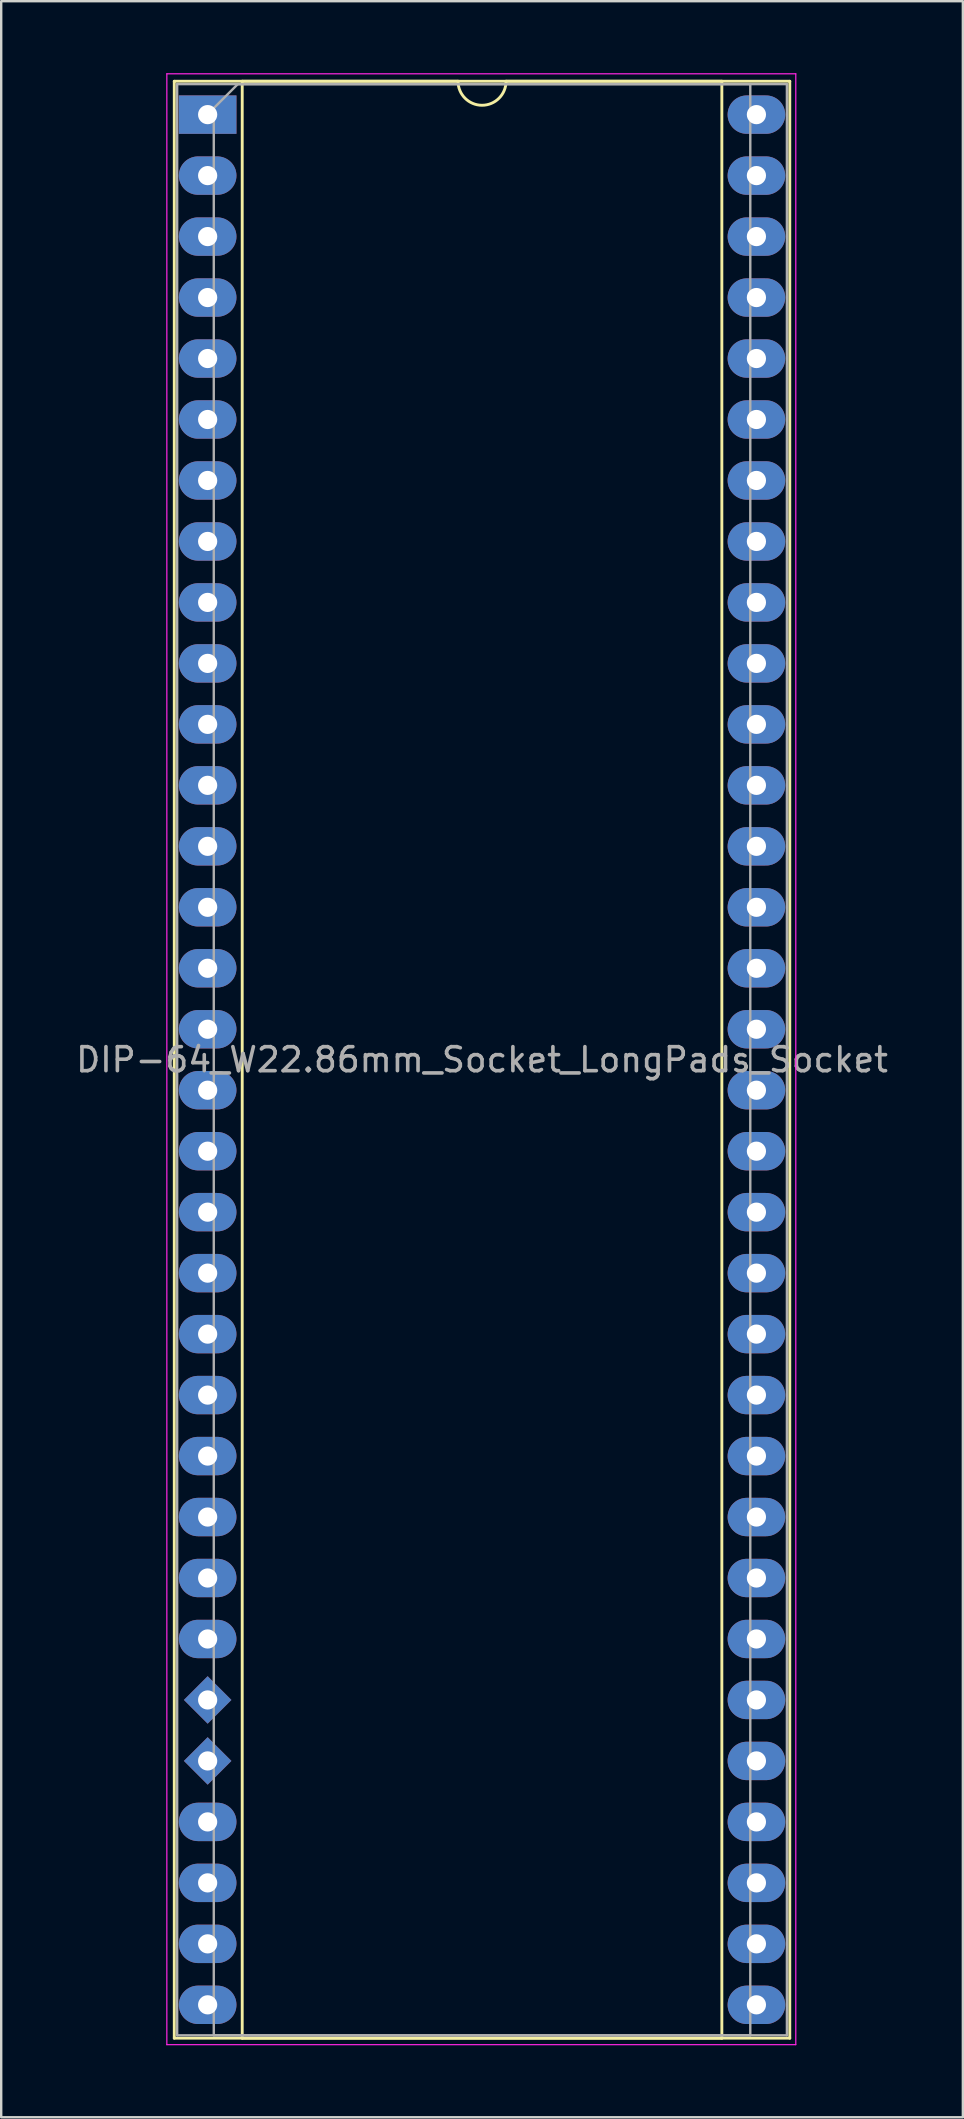
<source format=kicad_pcb>
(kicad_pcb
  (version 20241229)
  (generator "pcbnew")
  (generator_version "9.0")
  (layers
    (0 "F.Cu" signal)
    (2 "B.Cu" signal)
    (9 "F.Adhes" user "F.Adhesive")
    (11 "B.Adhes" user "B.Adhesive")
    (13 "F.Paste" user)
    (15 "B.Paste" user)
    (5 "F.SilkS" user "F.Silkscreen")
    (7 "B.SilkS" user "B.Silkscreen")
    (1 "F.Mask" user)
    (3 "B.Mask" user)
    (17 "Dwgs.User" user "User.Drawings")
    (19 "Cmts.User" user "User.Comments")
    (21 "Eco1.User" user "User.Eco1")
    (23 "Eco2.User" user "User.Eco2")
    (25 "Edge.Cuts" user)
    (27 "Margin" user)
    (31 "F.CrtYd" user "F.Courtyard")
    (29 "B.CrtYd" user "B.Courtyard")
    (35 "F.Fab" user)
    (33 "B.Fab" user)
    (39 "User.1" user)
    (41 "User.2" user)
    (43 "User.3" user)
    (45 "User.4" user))
  (footprint "DIP-64_W22.86mm_Socket_LongPads_Socket"
    (layer "F.Cu")
    (at 5.6 1.725)
    (property "Reference" "DIP-64_W22.86mm_Socket_LongPads_Socket" (at 11.43 39.37 0) (layer "F.Fab") (effects (font (size 1 1) (thickness 0.15))))
    (attr through_hole)
    (fp_line (start -1.39 -1.39) (end -1.39 80.13) (stroke (width 0.12) (type solid)) (layer "F.SilkS"))
    (fp_line (start -1.39 80.13) (end 24.25 80.13) (stroke (width 0.12) (type solid)) (layer "F.SilkS"))
    (fp_line (start 1.44 -1.39) (end 1.44 80.13) (stroke (width 0.12) (type solid)) (layer "F.SilkS"))
    (fp_line (start 1.44 80.13) (end 21.42 80.13) (stroke (width 0.12) (type solid)) (layer "F.SilkS"))
    (fp_line (start 10.43 -1.39) (end 1.44 -1.39) (stroke (width 0.12) (type solid)) (layer "F.SilkS"))
    (fp_line (start 21.42 -1.39) (end 12.43 -1.39) (stroke (width 0.12) (type solid)) (layer "F.SilkS"))
    (fp_line (start 21.42 80.13) (end 21.42 -1.39) (stroke (width 0.12) (type solid)) (layer "F.SilkS"))
    (fp_line (start 24.25 -1.39) (end -1.39 -1.39) (stroke (width 0.12) (type solid)) (layer "F.SilkS"))
    (fp_line (start 24.25 80.13) (end 24.25 -1.39) (stroke (width 0.12) (type solid)) (layer "F.SilkS"))
    (fp_arc (start 12.43 -1.39) (mid 11.43 -0.39) (end 10.43 -1.39) (stroke (width 0.12) (type solid)) (layer "F.SilkS"))
    (fp_line (start -1.7 -1.7) (end -1.7 80.4) (stroke (width 0.05) (type solid)) (layer "F.CrtYd"))
    (fp_line (start -1.7 80.4) (end 24.5 80.4) (stroke (width 0.05) (type solid)) (layer "F.CrtYd"))
    (fp_line (start 24.5 -1.7) (end -1.7 -1.7) (stroke (width 0.05) (type solid)) (layer "F.CrtYd"))
    (fp_line (start 24.5 80.4) (end 24.5 -1.7) (stroke (width 0.05) (type solid)) (layer "F.CrtYd"))
    (fp_line (start -1.27 -1.27) (end -1.27 80.01) (stroke (width 0.1) (type solid)) (layer "F.Fab"))
    (fp_line (start -1.27 80.01) (end 24.13 80.01) (stroke (width 0.1) (type solid)) (layer "F.Fab"))
    (fp_line (start 0.255 -0.27) (end 1.255 -1.27) (stroke (width 0.1) (type solid)) (layer "F.Fab"))
    (fp_line (start 0.255 80.01) (end 0.255 -0.27) (stroke (width 0.1) (type solid)) (layer "F.Fab"))
    (fp_line (start 1.255 -1.27) (end 22.605 -1.27) (stroke (width 0.1) (type solid)) (layer "F.Fab"))
    (fp_line (start 22.605 -1.27) (end 22.605 80.01) (stroke (width 0.1) (type solid)) (layer "F.Fab"))
    (fp_line (start 22.605 80.01) (end 0.255 80.01) (stroke (width 0.1) (type solid)) (layer "F.Fab"))
    (fp_line (start 24.13 -1.27) (end -1.27 -1.27) (stroke (width 0.1) (type solid)) (layer "F.Fab"))
    (fp_line (start 24.13 80.01) (end 24.13 -1.27) (stroke (width 0.1) (type solid)) (layer "F.Fab"))
    (pad "1" thru_hole rect (at 0 0) (size 2.4 1.6) (drill 0.8) (layers "*.Cu" "*.Mask"))
    (pad "2" thru_hole oval (at 0 2.54) (size 2.4 1.6) (drill 0.8) (layers "*.Cu" "*.Mask"))
    (pad "3" thru_hole oval (at 0 5.08) (size 2.4 1.6) (drill 0.8) (layers "*.Cu" "*.Mask"))
    (pad "4" thru_hole oval (at 0 7.62) (size 2.4 1.6) (drill 0.8) (layers "*.Cu" "*.Mask"))
    (pad "5" thru_hole oval (at 0 10.16) (size 2.4 1.6) (drill 0.8) (layers "*.Cu" "*.Mask"))
    (pad "6" thru_hole oval (at 0 12.7) (size 2.4 1.6) (drill 0.8) (layers "*.Cu" "*.Mask"))
    (pad "7" thru_hole oval (at 0 15.24) (size 2.4 1.6) (drill 0.8) (layers "*.Cu" "*.Mask"))
    (pad "8" thru_hole oval (at 0 17.78) (size 2.4 1.6) (drill 0.8) (layers "*.Cu" "*.Mask"))
    (pad "9" thru_hole oval (at 0 20.32) (size 2.4 1.6) (drill 0.8) (layers "*.Cu" "*.Mask"))
    (pad "10" thru_hole oval (at 0 22.86) (size 2.4 1.6) (drill 0.8) (layers "*.Cu" "*.Mask"))
    (pad "11" thru_hole oval (at 0 25.4) (size 2.4 1.6) (drill 0.8) (layers "*.Cu" "*.Mask"))
    (pad "12" thru_hole oval (at 0 27.94) (size 2.4 1.6) (drill 0.8) (layers "*.Cu" "*.Mask"))
    (pad "13" thru_hole oval (at 0 30.48) (size 2.4 1.6) (drill 0.8) (layers "*.Cu" "*.Mask"))
    (pad "14" thru_hole oval (at 0 33.02) (size 2.4 1.6) (drill 0.8) (layers "*.Cu" "*.Mask"))
    (pad "15" thru_hole oval (at 0 35.56) (size 2.4 1.6) (drill 0.8) (layers "*.Cu" "*.Mask"))
    (pad "16" thru_hole oval (at 0 38.1) (size 2.4 1.6) (drill 0.8) (layers "*.Cu" "*.Mask"))
    (pad "17" thru_hole oval (at 0 40.64) (size 2.4 1.6) (drill 0.8) (layers "*.Cu" "*.Mask"))
    (pad "18" thru_hole oval (at 0 43.18) (size 2.4 1.6) (drill 0.8) (layers "*.Cu" "*.Mask"))
    (pad "19" thru_hole oval (at 0 45.72) (size 2.4 1.6) (drill 0.8) (layers "*.Cu" "*.Mask"))
    (pad "20" thru_hole oval (at 0 48.26) (size 2.4 1.6) (drill 0.8) (layers "*.Cu" "*.Mask"))
    (pad "21" thru_hole oval (at 0 50.8) (size 2.4 1.6) (drill 0.8) (layers "*.Cu" "*.Mask"))
    (pad "22" thru_hole oval (at 0 53.34) (size 2.4 1.6) (drill 0.8) (layers "*.Cu" "*.Mask"))
    (pad "23" thru_hole oval (at 0 55.88) (size 2.4 1.6) (drill 0.8) (layers "*.Cu" "*.Mask"))
    (pad "24" thru_hole oval (at 0 58.42) (size 2.4 1.6) (drill 0.8) (layers "*.Cu" "*.Mask"))
    (pad "25" thru_hole oval (at 0 60.96) (size 2.4 1.6) (drill 0.8) (layers "*.Cu" "*.Mask"))
    (pad "26" thru_hole oval (at 0 63.5) (size 2.4 1.6) (drill 0.8) (layers "*.Cu" "*.Mask"))
    (pad "27" thru_hole trapezoid (at 0 66.04 45) (size 1.4 1.4) (drill 0.8) (layers "*.Cu" "*.Mask"))
    (pad "28" thru_hole trapezoid (at 0 68.58 45) (size 1.4 1.4) (drill 0.8) (layers "*.Cu" "*.Mask"))
    (pad "29" thru_hole oval (at 0 71.12) (size 2.4 1.6) (drill 0.8) (layers "*.Cu" "*.Mask"))
    (pad "30" thru_hole oval (at 0 73.66) (size 2.4 1.6) (drill 0.8) (layers "*.Cu" "*.Mask"))
    (pad "31" thru_hole oval (at 0 76.2) (size 2.4 1.6) (drill 0.8) (layers "*.Cu" "*.Mask"))
    (pad "32" thru_hole oval (at 0 78.74) (size 2.4 1.6) (drill 0.8) (layers "*.Cu" "*.Mask"))
    (pad "33" thru_hole oval (at 22.86 78.74) (size 2.4 1.6) (drill 0.8) (layers "*.Cu" "*.Mask"))
    (pad "34" thru_hole oval (at 22.86 76.2) (size 2.4 1.6) (drill 0.8) (layers "*.Cu" "*.Mask"))
    (pad "35" thru_hole oval (at 22.86 73.66) (size 2.4 1.6) (drill 0.8) (layers "*.Cu" "*.Mask"))
    (pad "36" thru_hole oval (at 22.86 71.12) (size 2.4 1.6) (drill 0.8) (layers "*.Cu" "*.Mask"))
    (pad "37" thru_hole oval (at 22.86 68.58) (size 2.4 1.6) (drill 0.8) (layers "*.Cu" "*.Mask"))
    (pad "38" thru_hole oval (at 22.86 66.04) (size 2.4 1.6) (drill 0.8) (layers "*.Cu" "*.Mask"))
    (pad "39" thru_hole oval (at 22.86 63.5) (size 2.4 1.6) (drill 0.8) (layers "*.Cu" "*.Mask"))
    (pad "40" thru_hole oval (at 22.86 60.96) (size 2.4 1.6) (drill 0.8) (layers "*.Cu" "*.Mask"))
    (pad "41" thru_hole oval (at 22.86 58.42) (size 2.4 1.6) (drill 0.8) (layers "*.Cu" "*.Mask"))
    (pad "42" thru_hole oval (at 22.86 55.88) (size 2.4 1.6) (drill 0.8) (layers "*.Cu" "*.Mask"))
    (pad "43" thru_hole oval (at 22.86 53.34) (size 2.4 1.6) (drill 0.8) (layers "*.Cu" "*.Mask"))
    (pad "44" thru_hole oval (at 22.86 50.8) (size 2.4 1.6) (drill 0.8) (layers "*.Cu" "*.Mask"))
    (pad "45" thru_hole oval (at 22.86 48.26) (size 2.4 1.6) (drill 0.8) (layers "*.Cu" "*.Mask"))
    (pad "46" thru_hole oval (at 22.86 45.72) (size 2.4 1.6) (drill 0.8) (layers "*.Cu" "*.Mask"))
    (pad "47" thru_hole oval (at 22.86 43.18) (size 2.4 1.6) (drill 0.8) (layers "*.Cu" "*.Mask"))
    (pad "48" thru_hole oval (at 22.86 40.64) (size 2.4 1.6) (drill 0.8) (layers "*.Cu" "*.Mask"))
    (pad "49" thru_hole oval (at 22.86 38.1) (size 2.4 1.6) (drill 0.8) (layers "*.Cu" "*.Mask"))
    (pad "50" thru_hole oval (at 22.86 35.56) (size 2.4 1.6) (drill 0.8) (layers "*.Cu" "*.Mask"))
    (pad "51" thru_hole oval (at 22.86 33.02) (size 2.4 1.6) (drill 0.8) (layers "*.Cu" "*.Mask"))
    (pad "52" thru_hole oval (at 22.86 30.48) (size 2.4 1.6) (drill 0.8) (layers "*.Cu" "*.Mask"))
    (pad "53" thru_hole oval (at 22.86 27.94) (size 2.4 1.6) (drill 0.8) (layers "*.Cu" "*.Mask"))
    (pad "54" thru_hole oval (at 22.86 25.4) (size 2.4 1.6) (drill 0.8) (layers "*.Cu" "*.Mask"))
    (pad "55" thru_hole oval (at 22.86 22.86) (size 2.4 1.6) (drill 0.8) (layers "*.Cu" "*.Mask"))
    (pad "56" thru_hole oval (at 22.86 20.32) (size 2.4 1.6) (drill 0.8) (layers "*.Cu" "*.Mask"))
    (pad "57" thru_hole oval (at 22.86 17.78) (size 2.4 1.6) (drill 0.8) (layers "*.Cu" "*.Mask"))
    (pad "58" thru_hole oval (at 22.86 15.24) (size 2.4 1.6) (drill 0.8) (layers "*.Cu" "*.Mask"))
    (pad "59" thru_hole oval (at 22.86 12.7) (size 2.4 1.6) (drill 0.8) (layers "*.Cu" "*.Mask"))
    (pad "60" thru_hole oval (at 22.86 10.16) (size 2.4 1.6) (drill 0.8) (layers "*.Cu" "*.Mask"))
    (pad "61" thru_hole oval (at 22.86 7.62) (size 2.4 1.6) (drill 0.8) (layers "*.Cu" "*.Mask"))
    (pad "62" thru_hole oval (at 22.86 5.08) (size 2.4 1.6) (drill 0.8) (layers "*.Cu" "*.Mask"))
    (pad "63" thru_hole oval (at 22.86 2.54) (size 2.4 1.6) (drill 0.8) (layers "*.Cu" "*.Mask"))
    (pad "64" thru_hole oval (at 22.86 0) (size 2.4 1.6) (drill 0.8) (layers "*.Cu" "*.Mask")))
  (gr_rect
    (start -3 -3)
    (end 37.06 85.15)
    (stroke (width 0.1) (type default))
    (fill no)
    (layer "Edge.Cuts")))
</source>
